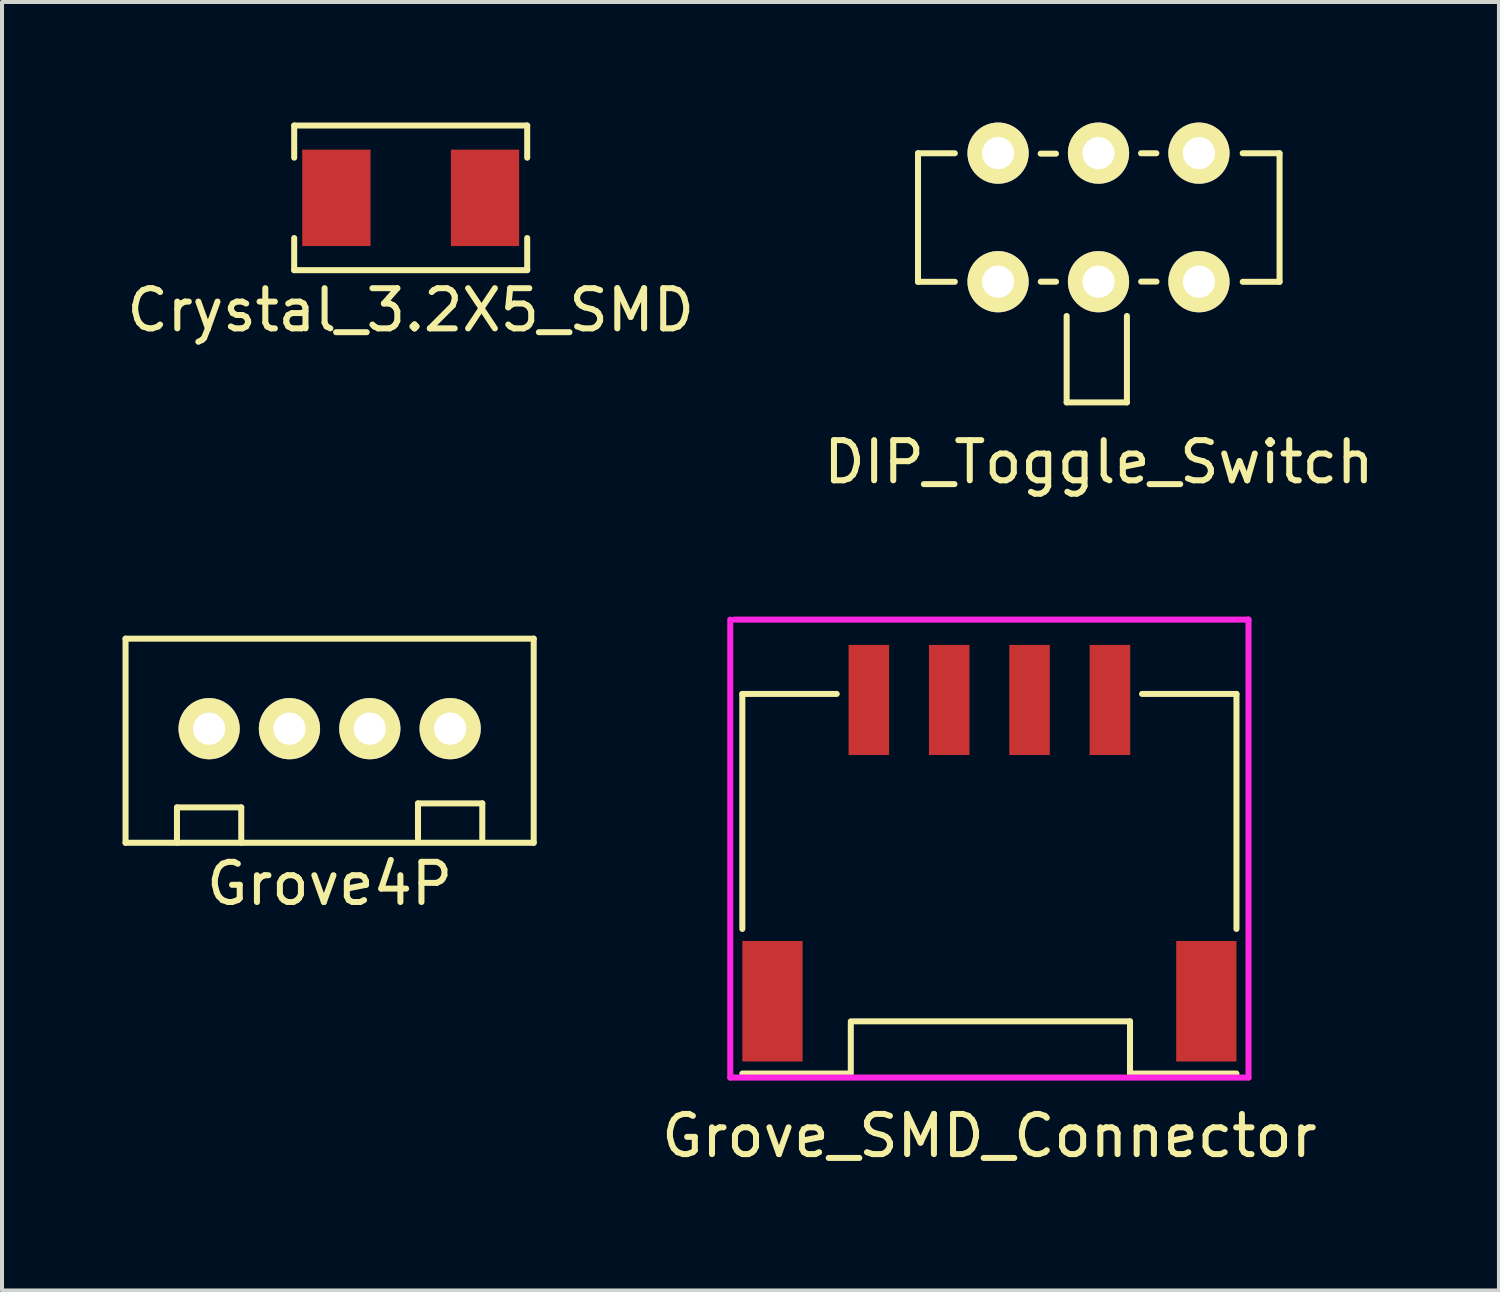
<source format=kicad_pcb>
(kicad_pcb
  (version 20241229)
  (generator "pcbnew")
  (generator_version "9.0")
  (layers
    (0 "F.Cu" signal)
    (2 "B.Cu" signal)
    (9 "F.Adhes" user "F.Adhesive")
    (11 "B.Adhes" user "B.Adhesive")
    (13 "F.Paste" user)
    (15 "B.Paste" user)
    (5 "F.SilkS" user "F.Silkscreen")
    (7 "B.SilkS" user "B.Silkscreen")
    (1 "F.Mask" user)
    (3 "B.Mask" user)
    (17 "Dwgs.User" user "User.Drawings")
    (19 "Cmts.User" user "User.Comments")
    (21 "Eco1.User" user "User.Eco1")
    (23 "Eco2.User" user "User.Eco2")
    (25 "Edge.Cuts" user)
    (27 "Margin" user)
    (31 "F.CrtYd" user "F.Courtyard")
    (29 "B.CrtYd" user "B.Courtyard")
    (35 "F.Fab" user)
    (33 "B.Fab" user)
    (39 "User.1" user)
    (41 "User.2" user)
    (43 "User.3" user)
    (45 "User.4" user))
  (footprint "Grove4P"
    (layer "F.Cu")
    (at 5.155 12.548)
    (property "Reference" "Grove4P" (at 0 6.4 0) (layer "F.SilkS") (effects (font (size 1 1) (thickness 0.15))))
    (attr through_hole)
    (fp_line (start -5.08 0.3) (end 5.08 0.3) (stroke (width 0.15) (type solid)) (layer "F.SilkS"))
    (fp_line (start -5.08 5.38) (end -5.08 0.3) (stroke (width 0.15) (type solid)) (layer "F.SilkS"))
    (fp_line (start -5.08 5.38) (end 5.08 5.38) (stroke (width 0.15) (type solid)) (layer "F.SilkS"))
    (fp_line (start -3.8 4.5) (end -3.8 5.38) (stroke (width 0.15) (type solid)) (layer "F.SilkS"))
    (fp_line (start -2.2 4.5) (end -3.8 4.5) (stroke (width 0.15) (type solid)) (layer "F.SilkS"))
    (fp_line (start -2.2 4.5) (end -2.2 5.38) (stroke (width 0.15) (type solid)) (layer "F.SilkS"))
    (fp_line (start 2.2 4.4) (end 2.2 5.28) (stroke (width 0.15) (type solid)) (layer "F.SilkS"))
    (fp_line (start 3.8 4.4) (end 2.2 4.4) (stroke (width 0.15) (type solid)) (layer "F.SilkS"))
    (fp_line (start 3.8 4.4) (end 3.8 5.28) (stroke (width 0.15) (type solid)) (layer "F.SilkS"))
    (fp_line (start 5.08 5.38) (end 5.08 0.3) (stroke (width 0.15) (type solid)) (layer "F.SilkS"))
    (pad "1" thru_hole circle (at -3 2.54) (size 1.524 1.524) (drill 0.8) (layers "*.Cu" "*.Mask" "F.SilkS"))
    (pad "2" thru_hole circle (at -1 2.54) (size 1.524 1.524) (drill 0.8) (layers "*.Cu" "*.Mask" "F.SilkS"))
    (pad "3" thru_hole circle (at 1 2.54) (size 1.524 1.524) (drill 0.8) (layers "*.Cu" "*.Mask" "F.SilkS"))
    (pad "4" thru_hole circle (at 3 2.54) (size 1.524 1.524) (drill 0.8) (layers "*.Cu" "*.Mask" "F.SilkS")))
  (footprint "Grove_SMD_Connector"
    (layer "F.Cu")
    (at 21.578 14.473)
    (property "Reference" "Grove_SMD_Connector" (at 0 10.75 0) (layer "F.SilkS") (effects (font (size 1 1) (thickness 0.15))))
    (attr smd)
    (fp_line (start -6.15 -0.25) (end -6.15 5.6) (stroke (width 0.15) (type solid)) (layer "F.SilkS"))
    (fp_line (start -3.8 -0.25) (end -6.15 -0.25) (stroke (width 0.15) (type solid)) (layer "F.SilkS"))
    (fp_line (start -3.5 9.2) (end -6.15 9.2) (stroke (width 0.15) (type solid)) (layer "F.SilkS"))
    (fp_line (start -3.45 9.2) (end -3.45 7.95) (stroke (width 0.15) (type solid)) (layer "F.SilkS"))
    (fp_line (start 3.5 7.9) (end -3.45 7.9) (stroke (width 0.15) (type solid)) (layer "F.SilkS"))
    (fp_line (start 3.5 9.2) (end 3.5 7.9) (stroke (width 0.15) (type solid)) (layer "F.SilkS"))
    (fp_line (start 6.15 -0.25) (end 3.8 -0.25) (stroke (width 0.15) (type solid)) (layer "F.SilkS"))
    (fp_line (start 6.15 -0.25) (end 6.15 5.6) (stroke (width 0.15) (type solid)) (layer "F.SilkS"))
    (fp_line (start 6.15 9.2) (end 3.5 9.2) (stroke (width 0.15) (type solid)) (layer "F.SilkS"))
    (fp_line (start -6.45 9.3) (end -6.45 -2.1) (stroke (width 0.15) (type solid)) (layer "F.CrtYd"))
    (fp_line (start -6.35 -2.1) (end 6.45 -2.1) (stroke (width 0.15) (type solid)) (layer "F.CrtYd"))
    (fp_line (start 6.45 -2.1) (end 6.45 9.3) (stroke (width 0.15) (type solid)) (layer "F.CrtYd"))
    (fp_line (start 6.45 9.3) (end -6.45 9.3) (stroke (width 0.15) (type solid)) (layer "F.CrtYd"))
    (pad "1" smd rect (at 3 -0.1) (size 1.01 2.74) (layers "F.Cu" "F.Mask" "F.Paste"))
    (pad "2" smd rect (at 1 -0.1) (size 1.01 2.74) (layers "F.Cu" "F.Mask" "F.Paste"))
    (pad "3" smd rect (at -1 -0.1) (size 1.01 2.74) (layers "F.Cu" "F.Mask" "F.Paste"))
    (pad "4" smd rect (at -3 -0.1) (size 1.01 2.74) (layers "F.Cu" "F.Mask" "F.Paste"))
    (pad "5" smd rect (at 5.4 7.4) (size 1.5 3) (layers "F.Cu" "F.Mask" "F.Paste"))
    (pad "6" smd rect (at -5.4 7.4) (size 1.5 3) (layers "F.Cu" "F.Mask" "F.Paste")))
  (footprint "Crystal_3.2X5_SMD"
    (placed yes)
    (layer "F.Cu")
    (at 7.173 1.875)
    (property "Reference" "Crystal_3.2X5_SMD" (at 0 2.794 0) (layer "F.SilkS") (effects (font (size 1 1) (thickness 0.15))))
    (attr smd)
    (fp_line (start -2.9 -1.8) (end -2.9 -1) (stroke (width 0.15) (type solid)) (layer "F.SilkS"))
    (fp_line (start -2.9 -1.8) (end 2.9 -1.8) (stroke (width 0.15) (type solid)) (layer "F.SilkS"))
    (fp_line (start -2.9 1.8) (end -2.9 1) (stroke (width 0.15) (type solid)) (layer "F.SilkS"))
    (fp_line (start -2.9 1.8) (end 2.9 1.8) (stroke (width 0.15) (type solid)) (layer "F.SilkS"))
    (fp_line (start 2.9 -1.8) (end 2.9 -1) (stroke (width 0.15) (type solid)) (layer "F.SilkS"))
    (fp_line (start 2.9 1.8) (end 2.9 1) (stroke (width 0.15) (type solid)) (layer "F.SilkS"))
    (pad "1" smd rect (at -1.85 0) (size 1.7 2.4) (layers "F.Cu" "F.Mask" "F.Paste"))
    (pad "2" smd rect (at 1.85 0) (size 1.7 2.4) (layers "F.Cu" "F.Mask" "F.Paste")))
  (footprint "DIP_Toggle_Switch"
    (layer "F.Cu")
    (at 24.271 3.965)
    (property "Reference" "DIP_Toggle_Switch" (at 0.033 4.486 0) (layer "F.SilkS") (effects (font (size 1 1) (thickness 0.15))))
    (attr through_hole)
    (fp_line (start -4.47 -3.2) (end -3.553 -3.2) (stroke (width 0.15) (type solid)) (layer "F.SilkS"))
    (fp_line (start -4.47 -3.2) (end -4.47 0) (stroke (width 0.15) (type solid)) (layer "F.SilkS"))
    (fp_line (start -4.47 0) (end -3.553 0) (stroke (width 0.15) (type solid)) (layer "F.SilkS"))
    (fp_line (start -1.417 -3.19) (end -1.036 -3.19) (stroke (width 0.15) (type solid)) (layer "F.SilkS"))
    (fp_line (start -1.415 -0.003) (end -1.034 -0.003) (stroke (width 0.15) (type solid)) (layer "F.SilkS"))
    (fp_line (start -0.77 3.002) (end 0.73 3.002) (stroke (width 0.15) (type solid)) (layer "F.SilkS"))
    (fp_line (start -0.77 3) (end -0.77 0.85) (stroke (width 0.15) (type solid)) (layer "F.SilkS"))
    (fp_line (start 0.73 3) (end 0.73 0.85) (stroke (width 0.15) (type solid)) (layer "F.SilkS"))
    (fp_line (start 1.082 -3.2) (end 1.463 -3.2) (stroke (width 0.15) (type solid)) (layer "F.SilkS"))
    (fp_line (start 1.085 -0.005) (end 1.466 -0.005) (stroke (width 0.15) (type solid)) (layer "F.SilkS"))
    (fp_line (start 3.612 -3.2) (end 4.529 -3.2) (stroke (width 0.15) (type solid)) (layer "F.SilkS"))
    (fp_line (start 3.613 0) (end 4.53 0) (stroke (width 0.15) (type solid)) (layer "F.SilkS"))
    (fp_line (start 4.53 -3.2) (end 4.53 0) (stroke (width 0.15) (type solid)) (layer "F.SilkS"))
    (pad "1" thru_hole circle (at -2.477 -0.003) (size 1.524 1.524) (drill 0.8) (layers "*.Cu" "*.Mask" "F.SilkS"))
    (pad "2" thru_hole circle (at 0.023 -0.003) (size 1.524 1.524) (drill 0.8) (layers "*.Cu" "*.Mask" "F.SilkS"))
    (pad "3" thru_hole circle (at 2.523 -0.003) (size 1.524 1.524) (drill 0.8) (layers "*.Cu" "*.Mask" "F.SilkS"))
    (pad "4" thru_hole circle (at -2.477 -3.203) (size 1.524 1.524) (drill 0.8) (layers "*.Cu" "*.Mask" "F.SilkS"))
    (pad "5" thru_hole circle (at 0.023 -3.203) (size 1.524 1.524) (drill 0.8) (layers "*.Cu" "*.Mask" "F.SilkS"))
    (pad "6" thru_hole circle (at 2.523 -3.203) (size 1.524 1.524) (drill 0.8) (layers "*.Cu" "*.Mask" "F.SilkS")))
  (gr_rect
    (start -3 -3)
    (end 34.262 29.072)
    (stroke (width 0.1) (type default))
    (fill no)
    (layer "Edge.Cuts")))
</source>
